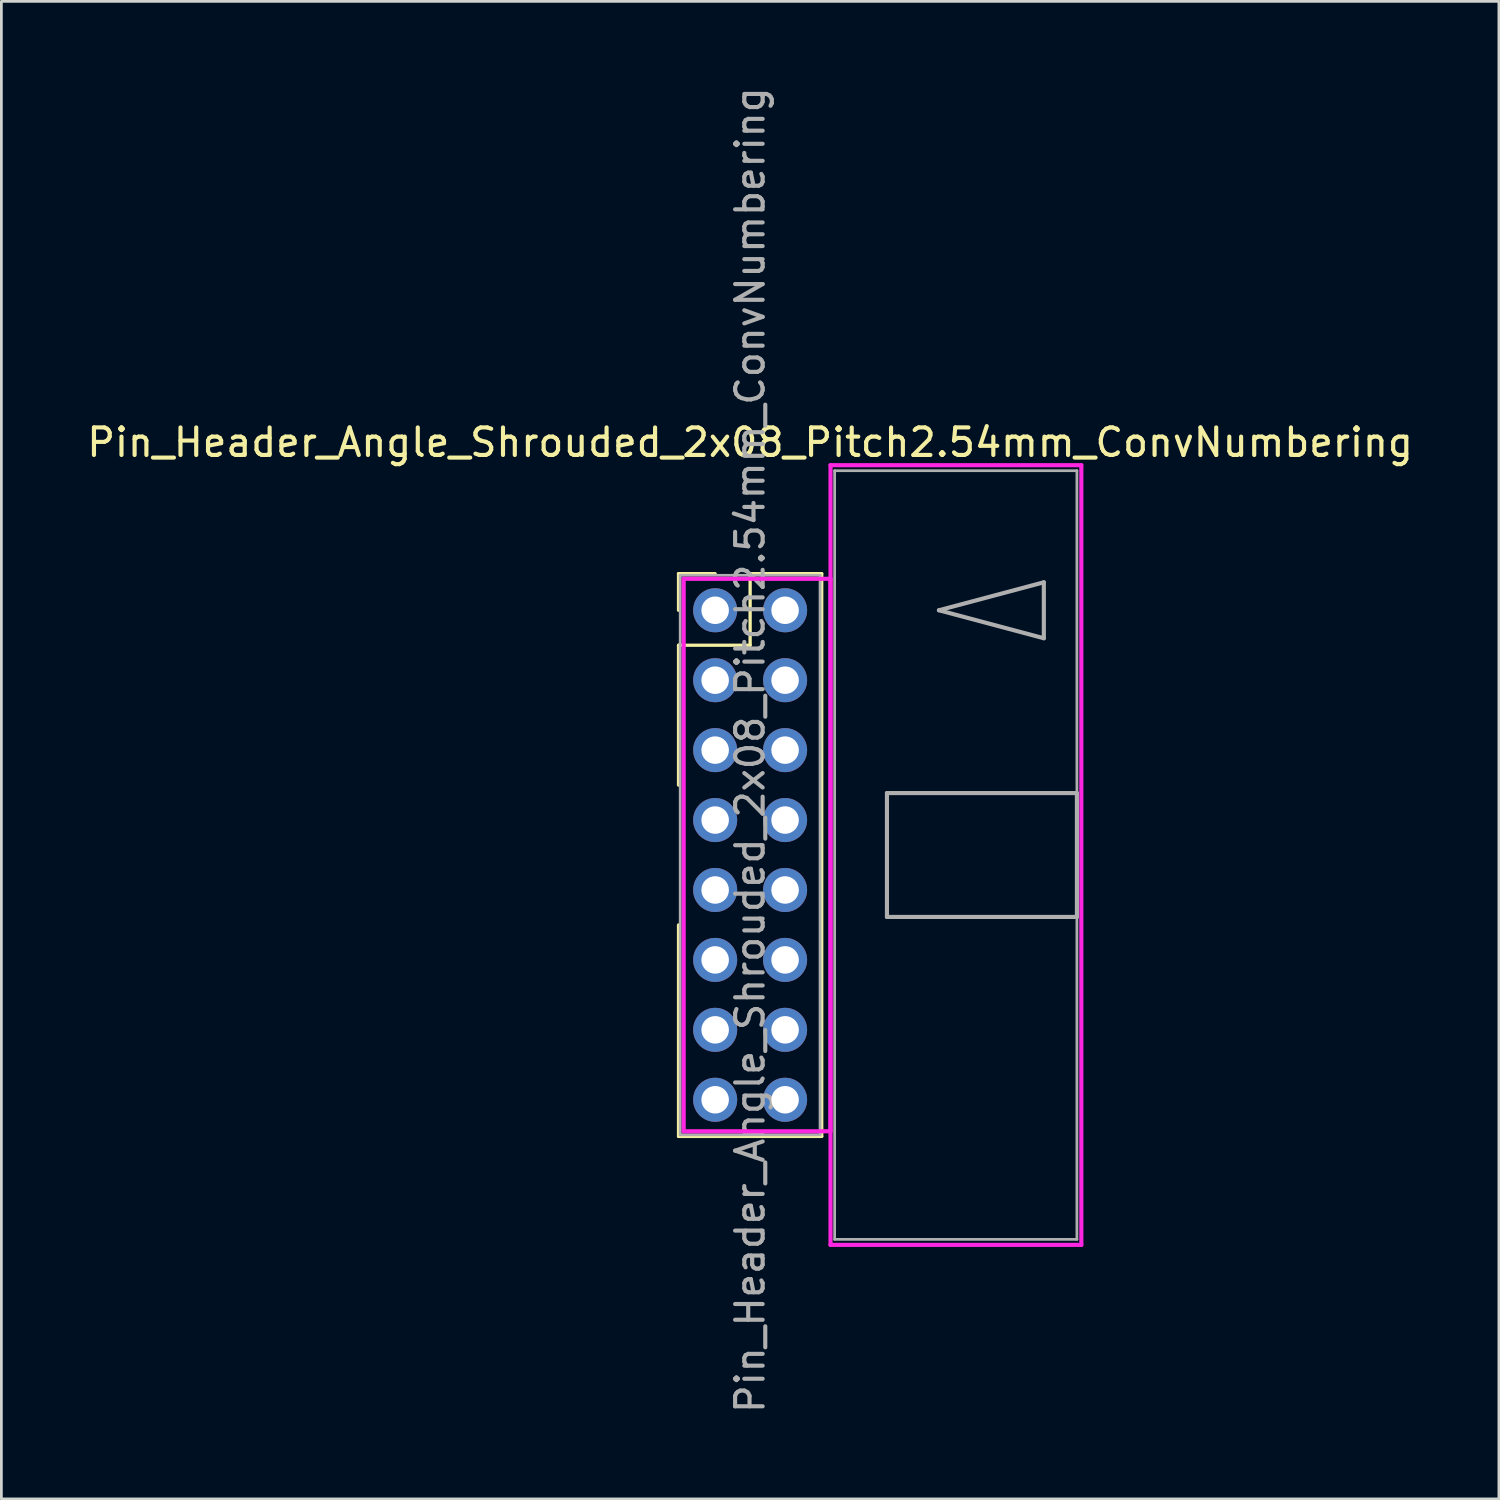
<source format=kicad_pcb>
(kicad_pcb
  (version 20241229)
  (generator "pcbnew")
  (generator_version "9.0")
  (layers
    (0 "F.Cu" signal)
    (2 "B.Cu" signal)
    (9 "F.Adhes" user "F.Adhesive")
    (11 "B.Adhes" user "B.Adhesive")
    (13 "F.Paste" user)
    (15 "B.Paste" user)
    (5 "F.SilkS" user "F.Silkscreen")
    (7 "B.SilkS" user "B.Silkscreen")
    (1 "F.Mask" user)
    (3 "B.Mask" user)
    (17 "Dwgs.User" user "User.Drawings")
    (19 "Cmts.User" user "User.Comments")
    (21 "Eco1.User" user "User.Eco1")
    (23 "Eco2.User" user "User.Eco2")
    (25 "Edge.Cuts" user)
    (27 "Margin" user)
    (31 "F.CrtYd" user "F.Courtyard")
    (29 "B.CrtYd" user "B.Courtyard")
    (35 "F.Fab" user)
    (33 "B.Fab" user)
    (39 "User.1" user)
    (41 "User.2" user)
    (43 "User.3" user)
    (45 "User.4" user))
  (footprint "Pin_Header_Angle_Shrouded_2x08_Pitch2.54mm_ConvNumbering"
    (layer "F.Cu")
    (at 22.926 19.116)
    (property "Reference" "Pin_Header_Angle_Shrouded_2x08_Pitch2.54mm_ConvNumbering" (at 1.27 -6.096 0) (layer "F.SilkS") (effects (font (size 1 1) (thickness 0.15))))
    (attr through_hole)
    (fp_line (start -1.33 -1.33) (end 0 -1.33) (stroke (width 0.12) (type solid)) (layer "F.SilkS"))
    (fp_line (start -1.33 0) (end -1.33 -1.33) (stroke (width 0.12) (type solid)) (layer "F.SilkS"))
    (fp_line (start -1.33 1.27) (end -1.33 6.35) (stroke (width 0.12) (type solid)) (layer "F.SilkS"))
    (fp_line (start -1.33 1.27) (end 1.27 1.27) (stroke (width 0.12) (type solid)) (layer "F.SilkS"))
    (fp_line (start -1.33 11.43) (end -1.33 19.11) (stroke (width 0.12) (type solid)) (layer "F.SilkS"))
    (fp_line (start -1.33 19.11) (end 3.87 19.11) (stroke (width 0.12) (type solid)) (layer "F.SilkS"))
    (fp_line (start 1.27 -1.33) (end 3.87 -1.33) (stroke (width 0.12) (type solid)) (layer "F.SilkS"))
    (fp_line (start 1.27 1.27) (end 1.27 -1.33) (stroke (width 0.12) (type solid)) (layer "F.SilkS"))
    (fp_line (start 3.87 -1.33) (end 3.87 19.11) (stroke (width 0.12) (type solid)) (layer "F.SilkS"))
    (fp_line (start -1.143 -1.143) (end -1.143 18.923) (stroke (width 0.15) (type solid)) (layer "F.CrtYd"))
    (fp_line (start -1.143 18.923) (end 4.19 18.923) (stroke (width 0.15) (type solid)) (layer "F.CrtYd"))
    (fp_line (start 4.19 -5.27) (end 4.19 23.05) (stroke (width 0.15) (type solid)) (layer "F.CrtYd"))
    (fp_line (start 4.19 -1.143) (end -1.143 -1.143) (stroke (width 0.15) (type solid)) (layer "F.CrtYd"))
    (fp_line (start 4.19 18.923) (end 4.19 -1.143) (stroke (width 0.15) (type solid)) (layer "F.CrtYd"))
    (fp_line (start 4.19 23.05) (end 13.3 23.05) (stroke (width 0.15) (type solid)) (layer "F.CrtYd"))
    (fp_line (start 13.3 -5.27) (end 4.19 -5.27) (stroke (width 0.15) (type solid)) (layer "F.CrtYd"))
    (fp_line (start 13.3 23.05) (end 13.3 -5.27) (stroke (width 0.15) (type solid)) (layer "F.CrtYd"))
    (fp_line (start -1.27 -1.27) (end -1.27 19.05) (stroke (width 0.1) (type solid)) (layer "F.Fab"))
    (fp_line (start -1.27 19.05) (end 3.81 19.05) (stroke (width 0.1) (type solid)) (layer "F.Fab"))
    (fp_line (start 3.81 -1.27) (end -1.27 -1.27) (stroke (width 0.1) (type solid)) (layer "F.Fab"))
    (fp_line (start 3.81 19.05) (end 3.81 -1.27) (stroke (width 0.1) (type solid)) (layer "F.Fab"))
    (fp_line (start 4.34 -5.07) (end 4.34 22.85) (stroke (width 0.1) (type solid)) (layer "F.Fab"))
    (fp_line (start 4.34 22.85) (end 13.14 22.85) (stroke (width 0.1) (type solid)) (layer "F.Fab"))
    (fp_line (start 6.24 6.64) (end 6.24 11.14) (stroke (width 0.15) (type solid)) (layer "F.Fab"))
    (fp_line (start 6.24 11.14) (end 13.14 11.14) (stroke (width 0.15) (type solid)) (layer "F.Fab"))
    (fp_line (start 8.128 0) (end 11.938 -1.016) (stroke (width 0.15) (type solid)) (layer "F.Fab"))
    (fp_line (start 11.938 -1.016) (end 11.938 1.016) (stroke (width 0.15) (type solid)) (layer "F.Fab"))
    (fp_line (start 11.938 1.016) (end 8.128 0) (stroke (width 0.15) (type solid)) (layer "F.Fab"))
    (fp_line (start 13.14 -5.07) (end 4.34 -5.07) (stroke (width 0.1) (type solid)) (layer "F.Fab"))
    (fp_line (start 13.14 6.64) (end 6.24 6.64) (stroke (width 0.15) (type solid)) (layer "F.Fab"))
    (fp_line (start 13.14 11.14) (end 13.14 6.64) (stroke (width 0.15) (type solid)) (layer "F.Fab"))
    (fp_line (start 13.14 22.85) (end 13.14 -5.07) (stroke (width 0.1) (type solid)) (layer "F.Fab"))
    (fp_text user "${REFERENCE}" (at 1.27 5.08 90) (layer "F.Fab") (effects (font (size 1 1) (thickness 0.15))))
    (pad "1" thru_hole oval (at 0 0) (size 1.6 1.6) (drill 1) (layers "*.Cu" "*.Mask"))
    (pad "2" thru_hole oval (at 2.54 0) (size 1.6 1.6) (drill 1) (layers "*.Cu" "*.Mask"))
    (pad "3" thru_hole oval (at 0 2.54) (size 1.6 1.6) (drill 1) (layers "*.Cu" "*.Mask"))
    (pad "4" thru_hole oval (at 2.54 2.54) (size 1.6 1.6) (drill 1) (layers "*.Cu" "*.Mask"))
    (pad "5" thru_hole oval (at 0 5.08) (size 1.6 1.6) (drill 1) (layers "*.Cu" "*.Mask"))
    (pad "6" thru_hole oval (at 2.54 5.08) (size 1.6 1.6) (drill 1) (layers "*.Cu" "*.Mask"))
    (pad "7" thru_hole oval (at 0 7.62) (size 1.6 1.6) (drill 1) (layers "*.Cu" "*.Mask"))
    (pad "8" thru_hole oval (at 2.54 7.62) (size 1.6 1.6) (drill 1) (layers "*.Cu" "*.Mask"))
    (pad "9" thru_hole oval (at 0 10.16) (size 1.6 1.6) (drill 1) (layers "*.Cu" "*.Mask"))
    (pad "10" thru_hole oval (at 2.54 10.16) (size 1.6 1.6) (drill 1) (layers "*.Cu" "*.Mask"))
    (pad "11" thru_hole oval (at 0 12.7) (size 1.6 1.6) (drill 1) (layers "*.Cu" "*.Mask"))
    (pad "12" thru_hole oval (at 2.54 12.7) (size 1.6 1.6) (drill 1) (layers "*.Cu" "*.Mask"))
    (pad "13" thru_hole oval (at 0 15.24) (size 1.6 1.6) (drill 1) (layers "*.Cu" "*.Mask"))
    (pad "14" thru_hole oval (at 2.54 15.24) (size 1.6 1.6) (drill 1) (layers "*.Cu" "*.Mask"))
    (pad "15" thru_hole oval (at 0 17.78) (size 1.6 1.6) (drill 1) (layers "*.Cu" "*.Mask"))
    (pad "16" thru_hole oval (at 2.54 17.78) (size 1.6 1.6) (drill 1) (layers "*.Cu" "*.Mask")))
  (gr_rect
    (start -3 -3)
    (end 51.393 51.393)
    (stroke (width 0.1) (type default))
    (fill no)
    (layer "Edge.Cuts")))
</source>
